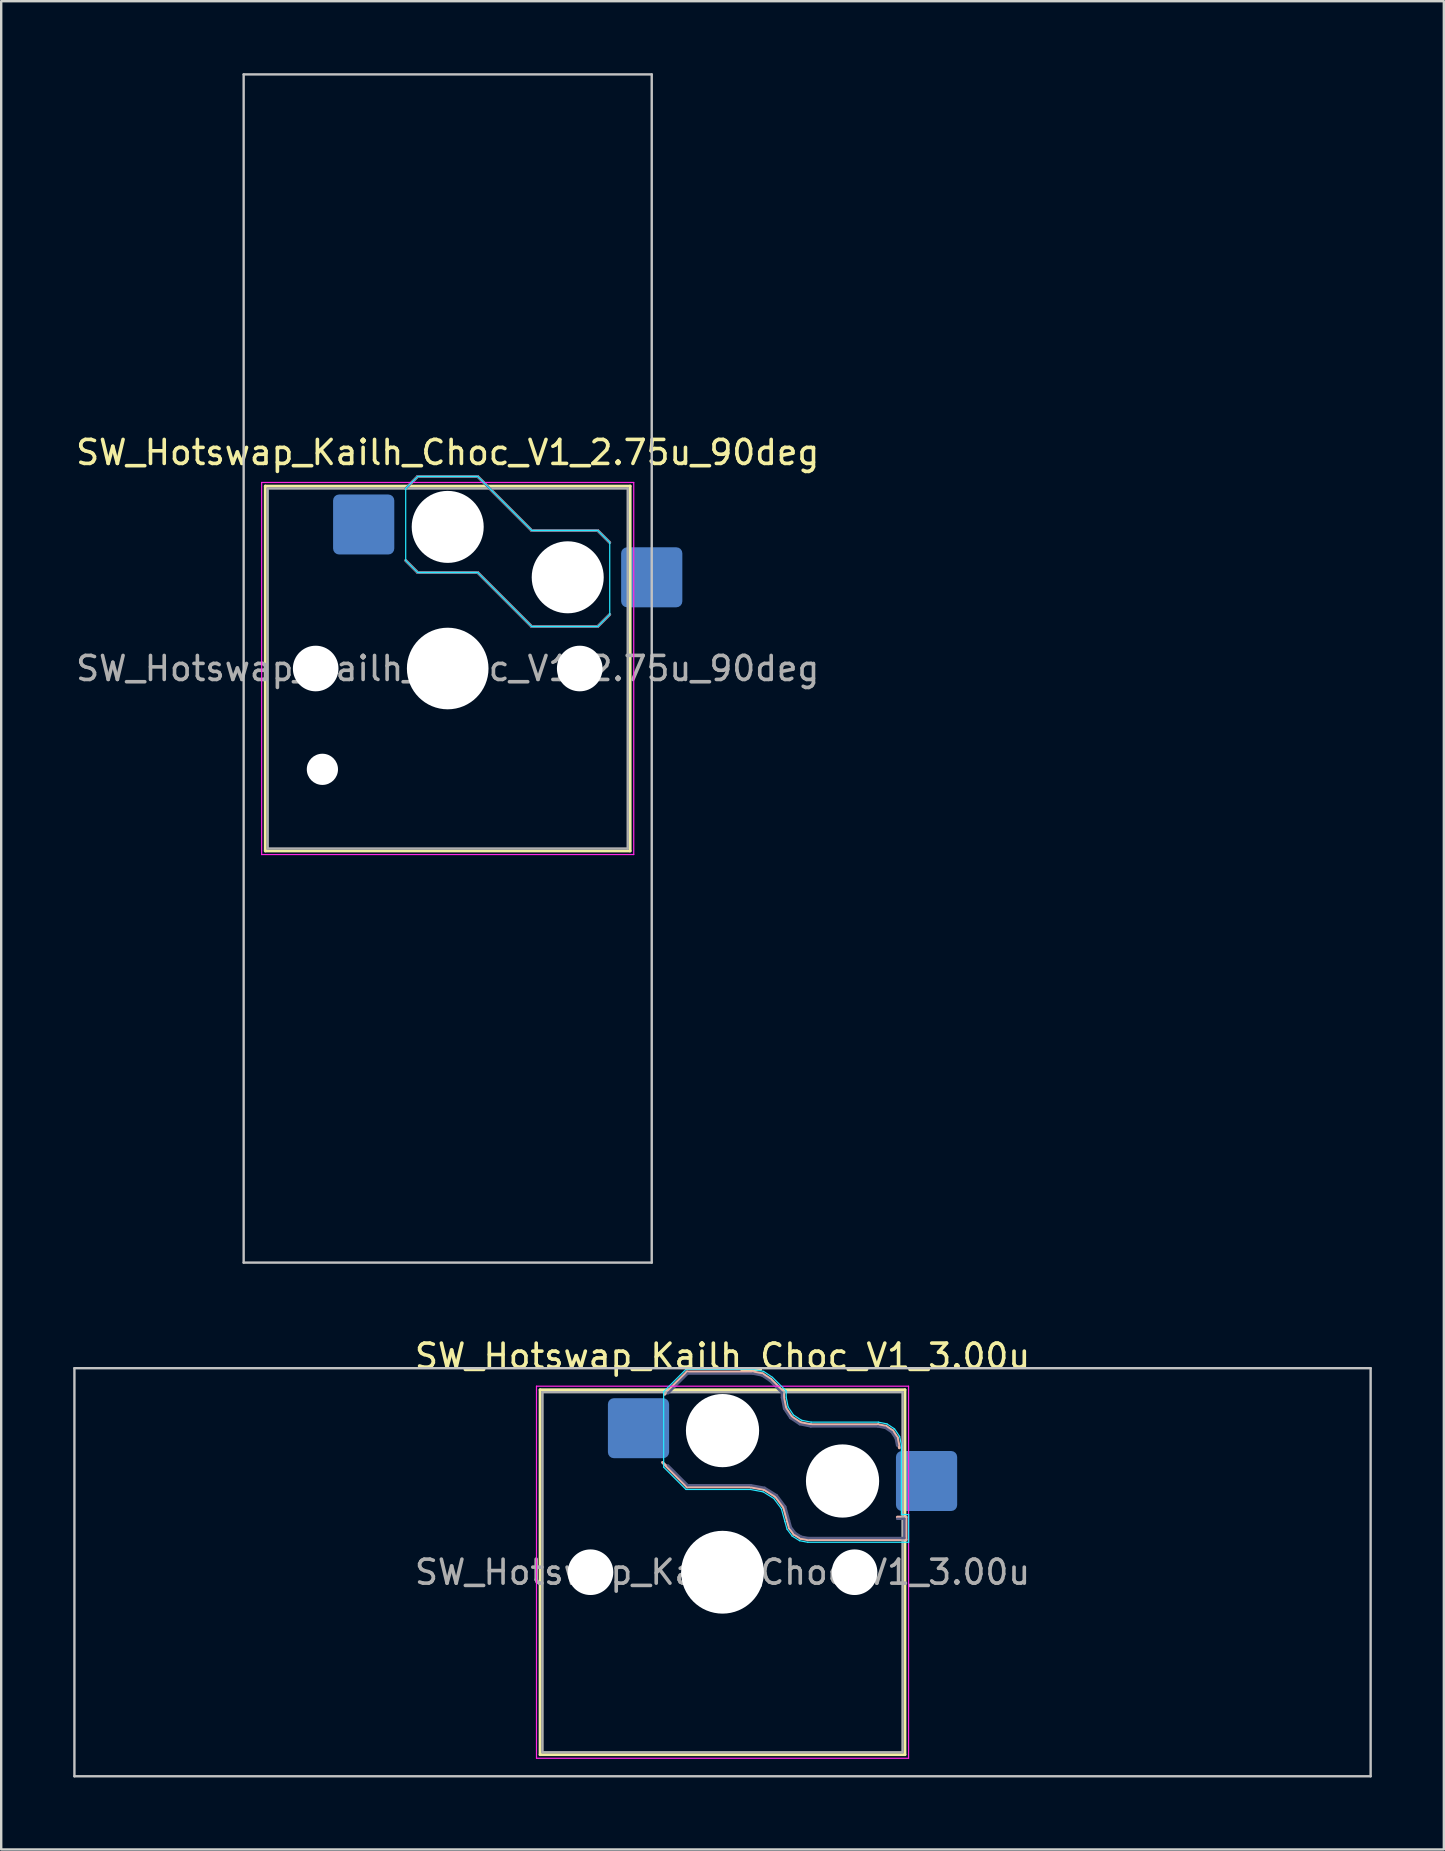
<source format=kicad_pcb>
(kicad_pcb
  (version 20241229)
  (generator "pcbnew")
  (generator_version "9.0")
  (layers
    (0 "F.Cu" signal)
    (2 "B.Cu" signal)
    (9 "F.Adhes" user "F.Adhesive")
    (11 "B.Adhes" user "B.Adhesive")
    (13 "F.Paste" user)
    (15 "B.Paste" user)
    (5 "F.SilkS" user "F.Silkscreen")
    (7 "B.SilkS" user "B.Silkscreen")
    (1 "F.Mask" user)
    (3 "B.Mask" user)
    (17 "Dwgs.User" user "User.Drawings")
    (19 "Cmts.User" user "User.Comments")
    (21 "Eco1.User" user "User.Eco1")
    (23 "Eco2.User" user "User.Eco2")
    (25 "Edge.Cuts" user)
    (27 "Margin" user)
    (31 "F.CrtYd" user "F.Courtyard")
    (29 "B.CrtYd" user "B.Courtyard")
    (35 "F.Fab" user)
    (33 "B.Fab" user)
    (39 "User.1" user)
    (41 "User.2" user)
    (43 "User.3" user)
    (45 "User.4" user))
  (footprint "SW_Hotswap_Kailh_Choc_V1_3.00u"
    (layer "F.Cu")
    (at 27.05 62.448)
    (property "Reference" "SW_Hotswap_Kailh_Choc_V1_3.00u" (at 0 -9 0) (layer "F.SilkS") (effects (font (size 1 1) (thickness 0.15))))
    (attr smd)
    (fp_line (start -7.6 -7.6) (end -7.6 7.6) (stroke (width 0.12) (type solid)) (layer "F.SilkS"))
    (fp_line (start -7.6 7.6) (end 7.6 7.6) (stroke (width 0.12) (type solid)) (layer "F.SilkS"))
    (fp_line (start 7.6 -7.6) (end -7.6 -7.6) (stroke (width 0.12) (type solid)) (layer "F.SilkS"))
    (fp_line (start 7.6 7.6) (end 7.6 -7.6) (stroke (width 0.12) (type solid)) (layer "F.SilkS"))
    (fp_line (start -2.416 -7.409) (end -1.479 -8.346) (stroke (width 0.12) (type solid)) (layer "B.SilkS"))
    (fp_line (start -1.479 -8.346) (end 1.268 -8.346) (stroke (width 0.12) (type solid)) (layer "B.SilkS"))
    (fp_line (start -1.479 -3.554) (end -2.5 -4.575) (stroke (width 0.12) (type solid)) (layer "B.SilkS"))
    (fp_line (start 1.168 -3.554) (end -1.479 -3.554) (stroke (width 0.12) (type solid)) (layer "B.SilkS"))
    (fp_line (start 1.268 -8.346) (end 1.671 -8.266) (stroke (width 0.12) (type solid)) (layer "B.SilkS"))
    (fp_line (start 1.671 -8.266) (end 2.013 -8.037) (stroke (width 0.12) (type solid)) (layer "B.SilkS"))
    (fp_line (start 1.73 -3.449) (end 1.168 -3.554) (stroke (width 0.12) (type solid)) (layer "B.SilkS"))
    (fp_line (start 2.013 -8.037) (end 2.546 -7.504) (stroke (width 0.12) (type solid)) (layer "B.SilkS"))
    (fp_line (start 2.209 -3.15) (end 1.73 -3.449) (stroke (width 0.12) (type solid)) (layer "B.SilkS"))
    (fp_line (start 2.546 -7.504) (end 2.546 -7.282) (stroke (width 0.12) (type solid)) (layer "B.SilkS"))
    (fp_line (start 2.546 -7.282) (end 2.633 -6.844) (stroke (width 0.12) (type solid)) (layer "B.SilkS"))
    (fp_line (start 2.547 -2.697) (end 2.209 -3.15) (stroke (width 0.12) (type solid)) (layer "B.SilkS"))
    (fp_line (start 2.633 -6.844) (end 2.877 -6.477) (stroke (width 0.12) (type solid)) (layer "B.SilkS"))
    (fp_line (start 2.701 -2.139) (end 2.547 -2.697) (stroke (width 0.12) (type solid)) (layer "B.SilkS"))
    (fp_line (start 2.783 -1.841) (end 2.701 -2.139) (stroke (width 0.12) (type solid)) (layer "B.SilkS"))
    (fp_line (start 2.877 -6.477) (end 3.244 -6.233) (stroke (width 0.12) (type solid)) (layer "B.SilkS"))
    (fp_line (start 2.976 -1.583) (end 2.783 -1.841) (stroke (width 0.12) (type solid)) (layer "B.SilkS"))
    (fp_line (start 3.244 -6.233) (end 3.682 -6.146) (stroke (width 0.12) (type solid)) (layer "B.SilkS"))
    (fp_line (start 3.25 -1.413) (end 2.976 -1.583) (stroke (width 0.12) (type solid)) (layer "B.SilkS"))
    (fp_line (start 3.56 -1.354) (end 3.25 -1.413) (stroke (width 0.12) (type solid)) (layer "B.SilkS"))
    (fp_line (start 3.682 -6.146) (end 6.482 -6.146) (stroke (width 0.12) (type solid)) (layer "B.SilkS"))
    (fp_line (start 6.482 -6.146) (end 6.809 -6.081) (stroke (width 0.12) (type solid)) (layer "B.SilkS"))
    (fp_line (start 6.809 -6.081) (end 7.092 -5.892) (stroke (width 0.12) (type solid)) (layer "B.SilkS"))
    (fp_line (start 7.092 -5.892) (end 7.281 -5.609) (stroke (width 0.12) (type solid)) (layer "B.SilkS"))
    (fp_line (start 7.281 -5.609) (end 7.366 -5.182) (stroke (width 0.12) (type solid)) (layer "B.SilkS"))
    (fp_line (start 7.283 -2.296) (end 7.646 -2.296) (stroke (width 0.12) (type solid)) (layer "B.SilkS"))
    (fp_line (start 7.646 -2.296) (end 7.646 -1.354) (stroke (width 0.12) (type solid)) (layer "B.SilkS"))
    (fp_line (start 7.646 -1.354) (end 3.56 -1.354) (stroke (width 0.12) (type solid)) (layer "B.SilkS"))
    (fp_line (start -27 -8.5) (end -27 8.5) (stroke (width 0.1) (type solid)) (layer "Dwgs.User"))
    (fp_line (start -27 8.5) (end 27 8.5) (stroke (width 0.1) (type solid)) (layer "Dwgs.User"))
    (fp_line (start 27 -8.5) (end -27 -8.5) (stroke (width 0.1) (type solid)) (layer "Dwgs.User"))
    (fp_line (start 27 8.5) (end 27 -8.5) (stroke (width 0.1) (type solid)) (layer "Dwgs.User"))
    (fp_line (start -7.25 -7.25) (end -7.25 7.25) (stroke (width 0.1) (type solid)) (layer "Eco1.User"))
    (fp_line (start -7.25 7.25) (end 7.25 7.25) (stroke (width 0.1) (type solid)) (layer "Eco1.User"))
    (fp_line (start 7.25 -7.25) (end -7.25 -7.25) (stroke (width 0.1) (type solid)) (layer "Eco1.User"))
    (fp_line (start 7.25 7.25) (end 7.25 -7.25) (stroke (width 0.1) (type solid)) (layer "Eco1.User"))
    (fp_line (start -2.452 -7.523) (end -1.523 -8.452) (stroke (width 0.05) (type solid)) (layer "B.CrtYd"))
    (fp_line (start -2.452 -4.377) (end -2.452 -7.523) (stroke (width 0.05) (type solid)) (layer "B.CrtYd"))
    (fp_line (start -1.523 -8.452) (end 1.278 -8.452) (stroke (width 0.05) (type solid)) (layer "B.CrtYd"))
    (fp_line (start -1.523 -3.448) (end -2.452 -4.377) (stroke (width 0.05) (type solid)) (layer "B.CrtYd"))
    (fp_line (start 1.159 -3.448) (end -1.523 -3.448) (stroke (width 0.05) (type solid)) (layer "B.CrtYd"))
    (fp_line (start 1.278 -8.452) (end 1.712 -8.366) (stroke (width 0.05) (type solid)) (layer "B.CrtYd"))
    (fp_line (start 1.691 -3.348) (end 1.159 -3.448) (stroke (width 0.05) (type solid)) (layer "B.CrtYd"))
    (fp_line (start 1.712 -8.366) (end 2.081 -8.119) (stroke (width 0.05) (type solid)) (layer "B.CrtYd"))
    (fp_line (start 2.081 -8.119) (end 2.652 -7.548) (stroke (width 0.05) (type solid)) (layer "B.CrtYd"))
    (fp_line (start 2.136 -3.071) (end 1.691 -3.348) (stroke (width 0.05) (type solid)) (layer "B.CrtYd"))
    (fp_line (start 2.45 -2.65) (end 2.136 -3.071) (stroke (width 0.05) (type solid)) (layer "B.CrtYd"))
    (fp_line (start 2.599 -2.111) (end 2.45 -2.65) (stroke (width 0.05) (type solid)) (layer "B.CrtYd"))
    (fp_line (start 2.652 -7.548) (end 2.652 -7.292) (stroke (width 0.05) (type solid)) (layer "B.CrtYd"))
    (fp_line (start 2.652 -7.292) (end 2.733 -6.885) (stroke (width 0.05) (type solid)) (layer "B.CrtYd"))
    (fp_line (start 2.687 -1.794) (end 2.599 -2.111) (stroke (width 0.05) (type solid)) (layer "B.CrtYd"))
    (fp_line (start 2.733 -6.885) (end 2.953 -6.553) (stroke (width 0.05) (type solid)) (layer "B.CrtYd"))
    (fp_line (start 2.903 -1.503) (end 2.687 -1.794) (stroke (width 0.05) (type solid)) (layer "B.CrtYd"))
    (fp_line (start 2.953 -6.553) (end 3.285 -6.333) (stroke (width 0.05) (type solid)) (layer "B.CrtYd"))
    (fp_line (start 3.211 -1.312) (end 2.903 -1.503) (stroke (width 0.05) (type solid)) (layer "B.CrtYd"))
    (fp_line (start 3.285 -6.333) (end 3.692 -6.252) (stroke (width 0.05) (type solid)) (layer "B.CrtYd"))
    (fp_line (start 3.55 -1.248) (end 3.211 -1.312) (stroke (width 0.05) (type solid)) (layer "B.CrtYd"))
    (fp_line (start 3.692 -6.252) (end 6.492 -6.252) (stroke (width 0.05) (type solid)) (layer "B.CrtYd"))
    (fp_line (start 6.492 -6.252) (end 6.85 -6.181) (stroke (width 0.05) (type solid)) (layer "B.CrtYd"))
    (fp_line (start 6.85 -6.181) (end 7.168 -5.968) (stroke (width 0.05) (type solid)) (layer "B.CrtYd"))
    (fp_line (start 7.168 -5.968) (end 7.381 -5.65) (stroke (width 0.05) (type solid)) (layer "B.CrtYd"))
    (fp_line (start 7.381 -5.65) (end 7.452 -5.292) (stroke (width 0.05) (type solid)) (layer "B.CrtYd"))
    (fp_line (start 7.452 -5.292) (end 7.452 -2.402) (stroke (width 0.05) (type solid)) (layer "B.CrtYd"))
    (fp_line (start 7.452 -2.402) (end 7.752 -2.402) (stroke (width 0.05) (type solid)) (layer "B.CrtYd"))
    (fp_line (start 7.752 -2.402) (end 7.752 -1.248) (stroke (width 0.05) (type solid)) (layer "B.CrtYd"))
    (fp_line (start 7.752 -1.248) (end 3.55 -1.248) (stroke (width 0.05) (type solid)) (layer "B.CrtYd"))
    (fp_line (start -7.75 -7.75) (end -7.75 7.75) (stroke (width 0.05) (type solid)) (layer "F.CrtYd"))
    (fp_line (start -7.75 7.75) (end 7.75 7.75) (stroke (width 0.05) (type solid)) (layer "F.CrtYd"))
    (fp_line (start 7.75 -7.75) (end -7.75 -7.75) (stroke (width 0.05) (type solid)) (layer "F.CrtYd"))
    (fp_line (start 7.75 7.75) (end 7.75 -7.75) (stroke (width 0.05) (type solid)) (layer "F.CrtYd"))
    (fp_line (start -2.275 -7.45) (end -1.45 -8.275) (stroke (width 0.1) (type solid)) (layer "B.Fab"))
    (fp_line (start -1.45 -8.275) (end 1.261 -8.275) (stroke (width 0.1) (type solid)) (layer "B.Fab"))
    (fp_line (start -1.45 -3.625) (end -2.275 -4.45) (stroke (width 0.1) (type solid)) (layer "B.Fab"))
    (fp_line (start 1.175 -3.625) (end -1.45 -3.625) (stroke (width 0.1) (type solid)) (layer "B.Fab"))
    (fp_line (start 1.261 -8.275) (end 1.643 -8.199) (stroke (width 0.1) (type solid)) (layer "B.Fab"))
    (fp_line (start 1.643 -8.199) (end 1.968 -7.982) (stroke (width 0.1) (type solid)) (layer "B.Fab"))
    (fp_line (start 1.756 -3.516) (end 1.175 -3.625) (stroke (width 0.1) (type solid)) (layer "B.Fab"))
    (fp_line (start 1.968 -7.982) (end 2.475 -7.475) (stroke (width 0.1) (type solid)) (layer "B.Fab"))
    (fp_line (start 2.258 -3.203) (end 1.756 -3.516) (stroke (width 0.1) (type solid)) (layer "B.Fab"))
    (fp_line (start 2.475 -7.475) (end 2.475 -7.275) (stroke (width 0.1) (type solid)) (layer "B.Fab"))
    (fp_line (start 2.475 -7.275) (end 2.566 -6.816) (stroke (width 0.1) (type solid)) (layer "B.Fab"))
    (fp_line (start 2.566 -6.816) (end 2.826 -6.426) (stroke (width 0.1) (type solid)) (layer "B.Fab"))
    (fp_line (start 2.612 -2.729) (end 2.258 -3.203) (stroke (width 0.1) (type solid)) (layer "B.Fab"))
    (fp_line (start 2.769 -2.158) (end 2.612 -2.729) (stroke (width 0.1) (type solid)) (layer "B.Fab"))
    (fp_line (start 2.826 -6.426) (end 3.216 -6.166) (stroke (width 0.1) (type solid)) (layer "B.Fab"))
    (fp_line (start 2.848 -1.873) (end 2.769 -2.158) (stroke (width 0.1) (type solid)) (layer "B.Fab"))
    (fp_line (start 3.025 -1.636) (end 2.848 -1.873) (stroke (width 0.1) (type solid)) (layer "B.Fab"))
    (fp_line (start 3.216 -6.166) (end 3.675 -6.075) (stroke (width 0.1) (type solid)) (layer "B.Fab"))
    (fp_line (start 3.276 -1.48) (end 3.025 -1.636) (stroke (width 0.1) (type solid)) (layer "B.Fab"))
    (fp_line (start 3.567 -1.425) (end 3.276 -1.48) (stroke (width 0.1) (type solid)) (layer "B.Fab"))
    (fp_line (start 3.675 -6.075) (end 6.475 -6.075) (stroke (width 0.1) (type solid)) (layer "B.Fab"))
    (fp_line (start 6.475 -6.075) (end 6.781 -6.014) (stroke (width 0.1) (type solid)) (layer "B.Fab"))
    (fp_line (start 6.781 -6.014) (end 7.041 -5.841) (stroke (width 0.1) (type solid)) (layer "B.Fab"))
    (fp_line (start 7.041 -5.841) (end 7.214 -5.581) (stroke (width 0.1) (type solid)) (layer "B.Fab"))
    (fp_line (start 7.214 -5.581) (end 7.275 -5.275) (stroke (width 0.1) (type solid)) (layer "B.Fab"))
    (fp_line (start 7.275 -2.225) (end 7.575 -2.225) (stroke (width 0.1) (type solid)) (layer "B.Fab"))
    (fp_line (start 7.575 -2.225) (end 7.575 -1.425) (stroke (width 0.1) (type solid)) (layer "B.Fab"))
    (fp_line (start 7.575 -1.425) (end 3.567 -1.425) (stroke (width 0.1) (type solid)) (layer "B.Fab"))
    (fp_line (start -7.5 -7.5) (end -7.5 7.5) (stroke (width 0.1) (type solid)) (layer "F.Fab"))
    (fp_line (start -7.5 7.5) (end 7.5 7.5) (stroke (width 0.1) (type solid)) (layer "F.Fab"))
    (fp_line (start 7.5 -7.5) (end -7.5 -7.5) (stroke (width 0.1) (type solid)) (layer "F.Fab"))
    (fp_line (start 7.5 7.5) (end 7.5 -7.5) (stroke (width 0.1) (type solid)) (layer "F.Fab"))
    (fp_text user "${REFERENCE}" (at 0 0 0) (layer "F.Fab") (effects (font (size 1 1) (thickness 0.15))))
    (pad "" np_thru_hole circle (at -5.5 0) (size 1.9 1.9) (drill 1.9) (layers "*.Cu" "*.Mask"))
    (pad "" np_thru_hole circle (at 0 -5.9) (size 3.05 3.05) (drill 3.05) (layers "*.Cu" "*.Mask"))
    (pad "" np_thru_hole circle (at 0 0) (size 3.45 3.45) (drill 3.45) (layers "*.Cu" "*.Mask"))
    (pad "" np_thru_hole circle (at 5 -3.8) (size 3.05 3.05) (drill 3.05) (layers "*.Cu" "*.Mask"))
    (pad "" np_thru_hole circle (at 5.5 0) (size 1.9 1.9) (drill 1.9) (layers "*.Cu" "*.Mask"))
    (pad "1" smd roundrect (at -3.5 -6) (size 2.55 2.5) (layers "B.Cu" "B.Mask" "B.Paste") (roundrect_rratio 0.1))
    (pad "2" smd roundrect (at 8.5 -3.8) (size 2.55 2.5) (layers "B.Cu" "B.Mask" "B.Paste") (roundrect_rratio 0.1)))
  (footprint "SW_Hotswap_Kailh_Choc_V1_2.75u_90deg"
    (layer "F.Cu")
    (at 15.601 24.8)
    (property "Reference" "SW_Hotswap_Kailh_Choc_V1_2.75u_90deg" (at 0 -9 0) (layer "F.SilkS") (effects (font (size 1 1) (thickness 0.15))))
    (attr smd)
    (fp_line (start -7.6 -7.6) (end -7.6 7.6) (stroke (width 0.12) (type solid)) (layer "F.SilkS"))
    (fp_line (start -7.6 7.6) (end 7.6 7.6) (stroke (width 0.12) (type solid)) (layer "F.SilkS"))
    (fp_line (start 7.6 -7.6) (end -7.6 -7.6) (stroke (width 0.12) (type solid)) (layer "F.SilkS"))
    (fp_line (start 7.6 7.6) (end 7.6 -7.6) (stroke (width 0.12) (type solid)) (layer "F.SilkS"))
    (fp_line (start -1.75 -7.5) (end -1.25 -8) (stroke (width 0.12) (type solid)) (layer "B.SilkS"))
    (fp_line (start -1.25 -8) (end 1.25 -8) (stroke (width 0.12) (type solid)) (layer "B.SilkS"))
    (fp_line (start -1.25 -4) (end -1.75 -4.5) (stroke (width 0.12) (type solid)) (layer "B.SilkS"))
    (fp_line (start 1.25 -8) (end 3.5 -5.75) (stroke (width 0.12) (type solid)) (layer "B.SilkS"))
    (fp_line (start 1.25 -4) (end -1.25 -4) (stroke (width 0.12) (type solid)) (layer "B.SilkS"))
    (fp_line (start 3.5 -5.75) (end 6.25 -5.75) (stroke (width 0.12) (type solid)) (layer "B.SilkS"))
    (fp_line (start 3.5 -1.75) (end 1.25 -4) (stroke (width 0.12) (type solid)) (layer "B.SilkS"))
    (fp_line (start 6.25 -5.75) (end 6.75 -5.25) (stroke (width 0.12) (type solid)) (layer "B.SilkS"))
    (fp_line (start 6.25 -1.75) (end 3.5 -1.75) (stroke (width 0.12) (type solid)) (layer "B.SilkS"))
    (fp_line (start 6.75 -2.25) (end 6.25 -1.75) (stroke (width 0.12) (type solid)) (layer "B.SilkS"))
    (fp_line (start -8.5 -24.75) (end 8.5 -24.75) (stroke (width 0.1) (type solid)) (layer "Dwgs.User"))
    (fp_line (start -8.5 24.75) (end -8.5 -24.75) (stroke (width 0.1) (type solid)) (layer "Dwgs.User"))
    (fp_line (start 8.5 -24.75) (end 8.5 24.75) (stroke (width 0.1) (type solid)) (layer "Dwgs.User"))
    (fp_line (start 8.5 24.75) (end -8.5 24.75) (stroke (width 0.1) (type solid)) (layer "Dwgs.User"))
    (fp_line (start -7.25 -7.25) (end -7.25 7.25) (stroke (width 0.1) (type solid)) (layer "Eco1.User"))
    (fp_line (start -7.25 7.25) (end 7.25 7.25) (stroke (width 0.1) (type solid)) (layer "Eco1.User"))
    (fp_line (start 7.25 -7.25) (end -7.25 -7.25) (stroke (width 0.1) (type solid)) (layer "Eco1.User"))
    (fp_line (start 7.25 7.25) (end 7.25 -7.25) (stroke (width 0.1) (type solid)) (layer "Eco1.User"))
    (fp_line (start -1.75 -7.5) (end -1.25 -8) (stroke (width 0.05) (type solid)) (layer "B.CrtYd"))
    (fp_line (start -1.75 -4.5) (end -1.75 -7.5) (stroke (width 0.05) (type solid)) (layer "B.CrtYd"))
    (fp_line (start -1.25 -8) (end 1.25 -8) (stroke (width 0.05) (type solid)) (layer "B.CrtYd"))
    (fp_line (start -1.25 -4) (end -1.75 -4.5) (stroke (width 0.05) (type solid)) (layer "B.CrtYd"))
    (fp_line (start 1.25 -8) (end 3.5 -5.75) (stroke (width 0.05) (type solid)) (layer "B.CrtYd"))
    (fp_line (start 1.25 -4) (end -1.25 -4) (stroke (width 0.05) (type solid)) (layer "B.CrtYd"))
    (fp_line (start 3.5 -5.75) (end 6.25 -5.75) (stroke (width 0.05) (type solid)) (layer "B.CrtYd"))
    (fp_line (start 3.5 -1.75) (end 1.25 -4) (stroke (width 0.05) (type solid)) (layer "B.CrtYd"))
    (fp_line (start 6.25 -5.75) (end 6.75 -5.25) (stroke (width 0.05) (type solid)) (layer "B.CrtYd"))
    (fp_line (start 6.25 -1.75) (end 3.5 -1.75) (stroke (width 0.05) (type solid)) (layer "B.CrtYd"))
    (fp_line (start 6.75 -5.25) (end 6.75 -2.25) (stroke (width 0.05) (type solid)) (layer "B.CrtYd"))
    (fp_line (start 6.75 -2.25) (end 6.25 -1.75) (stroke (width 0.05) (type solid)) (layer "B.CrtYd"))
    (fp_line (start -7.75 -7.75) (end -7.75 7.75) (stroke (width 0.05) (type solid)) (layer "F.CrtYd"))
    (fp_line (start -7.75 7.75) (end 7.75 7.75) (stroke (width 0.05) (type solid)) (layer "F.CrtYd"))
    (fp_line (start 7.75 -7.75) (end -7.75 -7.75) (stroke (width 0.05) (type solid)) (layer "F.CrtYd"))
    (fp_line (start 7.75 7.75) (end 7.75 -7.75) (stroke (width 0.05) (type solid)) (layer "F.CrtYd"))
    (fp_line (start -1.75 -7.5) (end -1.25 -8) (stroke (width 0.1) (type solid)) (layer "B.Fab"))
    (fp_line (start -1.25 -8) (end 1.25 -8) (stroke (width 0.1) (type solid)) (layer "B.Fab"))
    (fp_line (start -1.25 -4) (end -1.75 -4.5) (stroke (width 0.1) (type solid)) (layer "B.Fab"))
    (fp_line (start 1.25 -8) (end 3.5 -5.75) (stroke (width 0.1) (type solid)) (layer "B.Fab"))
    (fp_line (start 1.25 -4) (end -1.25 -4) (stroke (width 0.1) (type solid)) (layer "B.Fab"))
    (fp_line (start 3.5 -5.75) (end 6.25 -5.75) (stroke (width 0.1) (type solid)) (layer "B.Fab"))
    (fp_line (start 3.5 -1.75) (end 1.25 -4) (stroke (width 0.1) (type solid)) (layer "B.Fab"))
    (fp_line (start 6.25 -5.75) (end 6.75 -5.25) (stroke (width 0.1) (type solid)) (layer "B.Fab"))
    (fp_line (start 6.25 -1.75) (end 3.5 -1.75) (stroke (width 0.1) (type solid)) (layer "B.Fab"))
    (fp_line (start 6.75 -2.25) (end 6.25 -1.75) (stroke (width 0.1) (type solid)) (layer "B.Fab"))
    (fp_line (start -7.5 -7.5) (end -7.5 7.5) (stroke (width 0.1) (type solid)) (layer "F.Fab"))
    (fp_line (start -7.5 7.5) (end 7.5 7.5) (stroke (width 0.1) (type solid)) (layer "F.Fab"))
    (fp_line (start 7.5 -7.5) (end -7.5 -7.5) (stroke (width 0.1) (type solid)) (layer "F.Fab"))
    (fp_line (start 7.5 7.5) (end 7.5 -7.5) (stroke (width 0.1) (type solid)) (layer "F.Fab"))
    (fp_text user "${REFERENCE}" (at 0 0 0) (layer "F.Fab") (effects (font (size 1 1) (thickness 0.15))))
    (pad "" np_thru_hole circle (at -5.5 0) (size 1.9 1.9) (drill 1.9) (layers "*.Cu" "*.Mask"))
    (pad "" np_thru_hole circle (at -5.22 4.2) (size 1.3 1.3) (drill 1.3) (layers "*.Cu" "*.Mask"))
    (pad "" np_thru_hole circle (at 0 -5.9) (size 3 3) (drill 3) (layers "*.Cu" "*.Mask"))
    (pad "" np_thru_hole circle (at 0 0) (size 3.4 3.4) (drill 3.4) (layers "*.Cu" "*.Mask"))
    (pad "" np_thru_hole circle (at 5 -3.8) (size 3 3) (drill 3) (layers "*.Cu" "*.Mask"))
    (pad "" np_thru_hole circle (at 5.5 0) (size 1.9 1.9) (drill 1.9) (layers "*.Cu" "*.Mask"))
    (pad "1" smd roundrect (at -3.5 -6) (size 2.55 2.5) (layers "B.Cu" "B.Mask" "B.Paste") (roundrect_rratio 0.1))
    (pad "2" smd roundrect (at 8.5 -3.8) (size 2.55 2.5) (layers "B.Cu" "B.Mask" "B.Paste") (roundrect_rratio 0.1)))
  (gr_rect
    (start -3 -3)
    (end 57.1 73.998)
    (stroke (width 0.1) (type default))
    (fill no)
    (layer "Edge.Cuts")))
</source>
